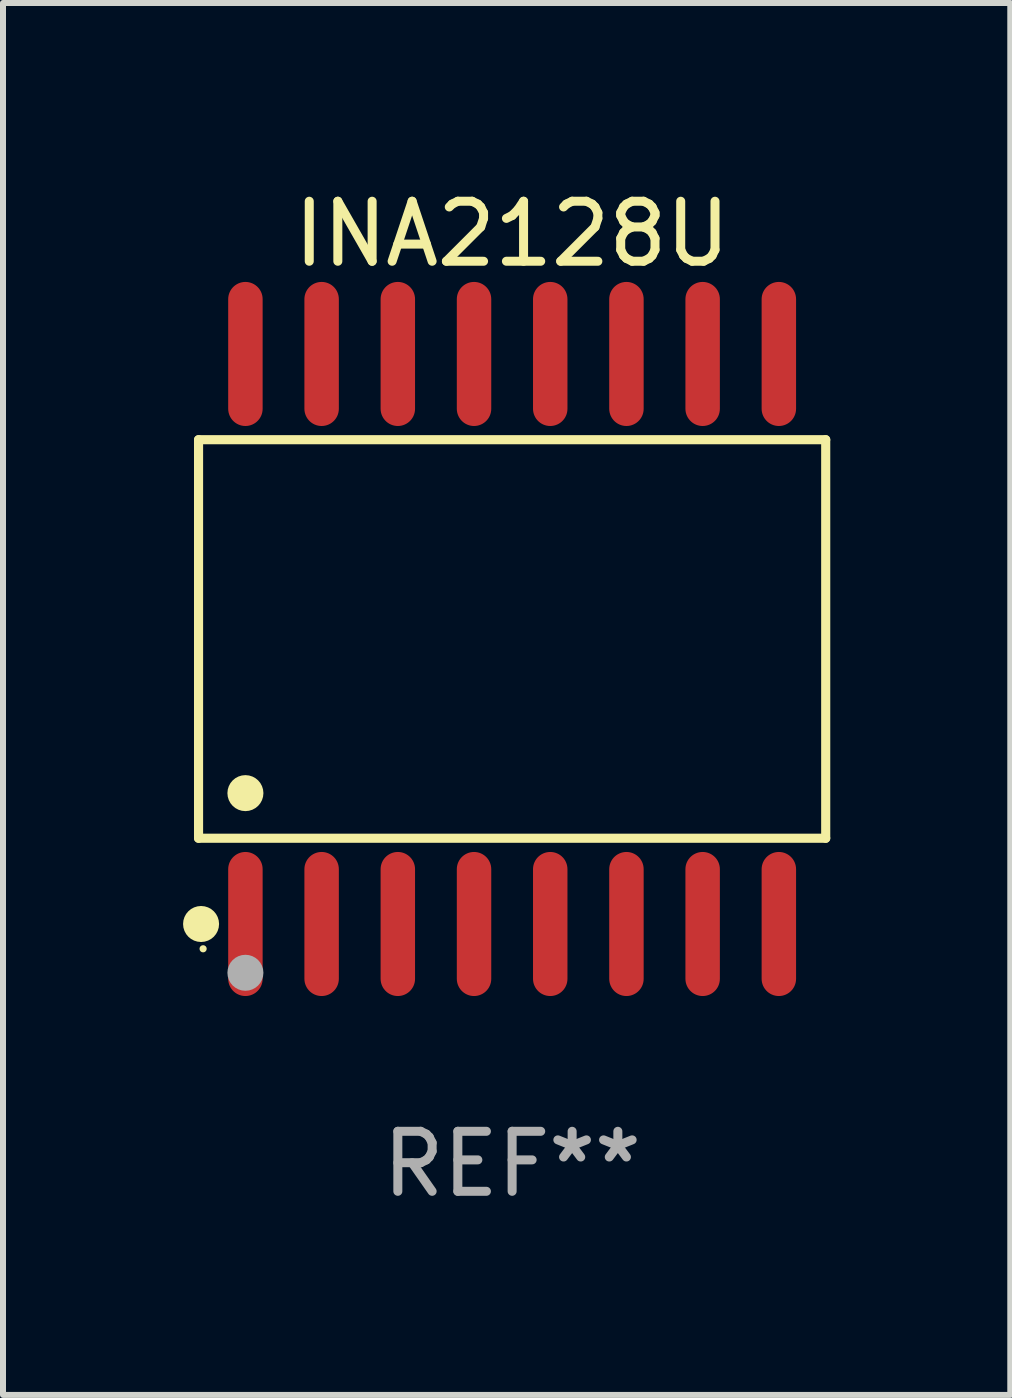
<source format=kicad_pcb>
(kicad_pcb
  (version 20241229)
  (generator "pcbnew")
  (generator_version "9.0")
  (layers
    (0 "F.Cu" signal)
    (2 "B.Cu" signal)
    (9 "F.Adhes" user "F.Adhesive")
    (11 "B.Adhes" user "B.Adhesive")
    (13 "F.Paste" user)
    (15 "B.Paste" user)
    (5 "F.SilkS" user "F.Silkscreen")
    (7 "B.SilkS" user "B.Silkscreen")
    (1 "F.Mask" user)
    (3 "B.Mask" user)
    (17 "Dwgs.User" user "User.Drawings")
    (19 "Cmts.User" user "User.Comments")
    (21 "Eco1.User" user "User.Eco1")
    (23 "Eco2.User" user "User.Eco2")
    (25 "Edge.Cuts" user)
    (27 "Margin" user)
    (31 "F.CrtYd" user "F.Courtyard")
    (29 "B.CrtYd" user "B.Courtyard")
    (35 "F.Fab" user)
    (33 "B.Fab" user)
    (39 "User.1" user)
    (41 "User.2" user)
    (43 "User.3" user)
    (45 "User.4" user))
  (footprint "INA2128U"
    (layer "F.Cu")
    (at 5.485 7.599)
    (property "Reference" "INA2128U" (at 0 -6.75 0) (layer "F.SilkS") (effects (font (size 1 1) (thickness 0.15))))
    (attr through_hole)
    (fp_line (start -5.226 -3.321) (end 5.226 -3.321) (stroke (width 0.152) (type solid)) (layer "F.SilkS"))
    (fp_line (start -5.226 3.321) (end -5.226 -3.321) (stroke (width 0.152) (type solid)) (layer "F.SilkS"))
    (fp_line (start 5.226 -3.321) (end 5.226 3.321) (stroke (width 0.152) (type solid)) (layer "F.SilkS"))
    (fp_line (start 5.226 3.321) (end -5.226 3.321) (stroke (width 0.152) (type solid)) (layer "F.SilkS"))
    (fp_circle (center -5.184 4.75) (end -5.034 4.75) (stroke (width 0.3) (type solid)) (fill no) (layer "F.SilkS"))
    (fp_circle (center -5.15 5.163) (end -5.12 5.163) (stroke (width 0.06) (type solid)) (fill no) (layer "F.SilkS"))
    (fp_circle (center -4.445 2.569) (end -4.295 2.569) (stroke (width 0.3) (type solid)) (fill no) (layer "F.SilkS"))
    (fp_circle (center -4.445 5.563) (end -4.295 5.563) (stroke (width 0.3) (type solid)) (fill no) (layer "F.Fab"))
    (fp_text user "REF**" (at 0 8.75 0) (layer "F.Fab") (effects (font (size 1 1) (thickness 0.15))))
    (pad "1" smd oval (at -4.445 4.75) (size 0.574 2.401) (layers "F.Cu" "F.Mask" "F.Paste"))
    (pad "2" smd oval (at -3.175 4.75) (size 0.574 2.401) (layers "F.Cu" "F.Mask" "F.Paste"))
    (pad "3" smd oval (at -1.905 4.75) (size 0.574 2.401) (layers "F.Cu" "F.Mask" "F.Paste"))
    (pad "4" smd oval (at -0.635 4.75) (size 0.574 2.401) (layers "F.Cu" "F.Mask" "F.Paste"))
    (pad "5" smd oval (at 0.635 4.75) (size 0.574 2.401) (layers "F.Cu" "F.Mask" "F.Paste"))
    (pad "6" smd oval (at 1.905 4.75) (size 0.574 2.401) (layers "F.Cu" "F.Mask" "F.Paste"))
    (pad "7" smd oval (at 3.175 4.75) (size 0.574 2.401) (layers "F.Cu" "F.Mask" "F.Paste"))
    (pad "8" smd oval (at 4.445 4.75) (size 0.574 2.401) (layers "F.Cu" "F.Mask" "F.Paste"))
    (pad "9" smd oval (at 4.445 -4.75) (size 0.574 2.401) (layers "F.Cu" "F.Mask" "F.Paste"))
    (pad "10" smd oval (at 3.175 -4.75) (size 0.574 2.401) (layers "F.Cu" "F.Mask" "F.Paste"))
    (pad "11" smd oval (at 1.905 -4.75) (size 0.574 2.401) (layers "F.Cu" "F.Mask" "F.Paste"))
    (pad "12" smd oval (at 0.635 -4.75) (size 0.574 2.401) (layers "F.Cu" "F.Mask" "F.Paste"))
    (pad "13" smd oval (at -0.635 -4.75) (size 0.574 2.401) (layers "F.Cu" "F.Mask" "F.Paste"))
    (pad "14" smd oval (at -1.905 -4.75) (size 0.574 2.401) (layers "F.Cu" "F.Mask" "F.Paste"))
    (pad "15" smd oval (at -3.175 -4.75) (size 0.574 2.401) (layers "F.Cu" "F.Mask" "F.Paste"))
    (pad "16" smd oval (at -4.445 -4.75) (size 0.574 2.401) (layers "F.Cu" "F.Mask" "F.Paste")))
  (gr_rect
    (start -3 -3)
    (end 13.787 20.197)
    (stroke (width 0.1) (type default))
    (fill no)
    (layer "Edge.Cuts")))
</source>
